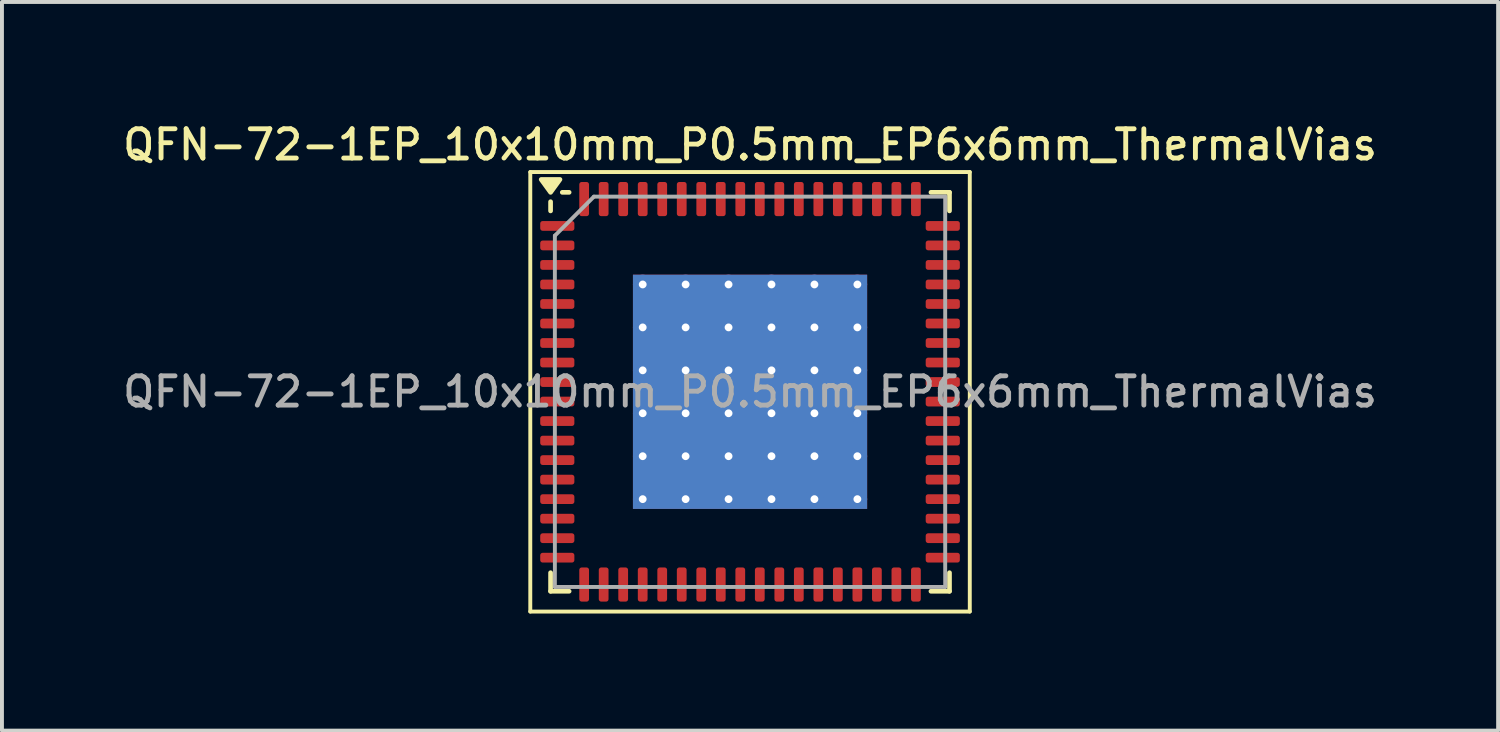
<source format=kicad_pcb>
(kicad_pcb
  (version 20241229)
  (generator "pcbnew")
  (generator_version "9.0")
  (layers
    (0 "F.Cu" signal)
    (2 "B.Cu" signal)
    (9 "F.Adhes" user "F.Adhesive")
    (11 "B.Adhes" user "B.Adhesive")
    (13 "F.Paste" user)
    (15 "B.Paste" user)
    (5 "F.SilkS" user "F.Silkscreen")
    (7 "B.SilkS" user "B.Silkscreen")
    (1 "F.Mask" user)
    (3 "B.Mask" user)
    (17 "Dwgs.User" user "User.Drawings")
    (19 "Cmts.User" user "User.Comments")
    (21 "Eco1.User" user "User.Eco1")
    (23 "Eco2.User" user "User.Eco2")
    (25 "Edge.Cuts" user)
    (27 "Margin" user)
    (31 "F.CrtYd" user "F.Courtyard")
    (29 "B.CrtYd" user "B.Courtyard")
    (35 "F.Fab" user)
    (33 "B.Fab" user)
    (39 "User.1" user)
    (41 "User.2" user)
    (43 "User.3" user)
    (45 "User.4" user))
  (footprint "QFN-72-1EP_10x10mm_P0.5mm_EP6x6mm_ThermalVias"
    (layer "F.Cu")
    (at 16.166 6.988)
    (property "Reference" "QFN-72-1EP_10x10mm_P0.5mm_EP6x6mm_ThermalVias" (at 0 -6.33 0) (layer "F.SilkS") (effects (font (size 0.75 0.75) (thickness 0.125))))
    (attr smd)
    (fp_line (start -5.63 -5.63) (end -5.63 5.63) (stroke (width 0.1) (type solid)) (layer "F.SilkS"))
    (fp_line (start -5.63 5.63) (end 5.63 5.63) (stroke (width 0.1) (type solid)) (layer "F.SilkS"))
    (fp_line (start -5.11 -4.635) (end -5.11 -4.87) (stroke (width 0.12) (type solid)) (layer "F.SilkS"))
    (fp_line (start -5.11 5.11) (end -5.11 4.635) (stroke (width 0.12) (type solid)) (layer "F.SilkS"))
    (fp_line (start -4.635 -5.11) (end -4.81 -5.11) (stroke (width 0.12) (type solid)) (layer "F.SilkS"))
    (fp_line (start -4.635 5.11) (end -5.11 5.11) (stroke (width 0.12) (type solid)) (layer "F.SilkS"))
    (fp_line (start 4.635 -5.11) (end 5.11 -5.11) (stroke (width 0.12) (type solid)) (layer "F.SilkS"))
    (fp_line (start 4.635 5.11) (end 5.11 5.11) (stroke (width 0.12) (type solid)) (layer "F.SilkS"))
    (fp_line (start 5.11 -5.11) (end 5.11 -4.635) (stroke (width 0.12) (type solid)) (layer "F.SilkS"))
    (fp_line (start 5.11 5.11) (end 5.11 4.635) (stroke (width 0.12) (type solid)) (layer "F.SilkS"))
    (fp_line (start 5.63 -5.63) (end -5.63 -5.63) (stroke (width 0.1) (type solid)) (layer "F.SilkS"))
    (fp_line (start 5.63 5.63) (end 5.63 -5.63) (stroke (width 0.1) (type solid)) (layer "F.SilkS"))
    (fp_poly (pts (xy -5.11 -5.11) (xy -5.35 -5.44) (xy -4.87 -5.44) (xy -5.11 -5.11)) (stroke (width 0.12) (type solid)) (fill yes) (layer "F.SilkS"))
    (fp_line (start -5 -4) (end -4 -5) (stroke (width 0.1) (type solid)) (layer "F.Fab"))
    (fp_line (start -5 5) (end -5 -4) (stroke (width 0.1) (type solid)) (layer "F.Fab"))
    (fp_line (start -4 -5) (end 5 -5) (stroke (width 0.1) (type solid)) (layer "F.Fab"))
    (fp_line (start 5 -5) (end 5 5) (stroke (width 0.1) (type solid)) (layer "F.Fab"))
    (fp_line (start 5 5) (end -5 5) (stroke (width 0.1) (type solid)) (layer "F.Fab"))
    (fp_text user "${REFERENCE}" (at 0 0 0) (layer "F.Fab") (effects (font (size 0.75 0.75) (thickness 0.125))))
    (pad "" smd roundrect (at -2.2 -2.2) (size 0.93 0.93) (layers "F.Paste") (roundrect_rratio 0.25))
    (pad "" smd roundrect (at -2.2 -1.1) (size 0.93 0.93) (layers "F.Paste") (roundrect_rratio 0.25))
    (pad "" smd roundrect (at -2.2 0) (size 0.93 0.93) (layers "F.Paste") (roundrect_rratio 0.25))
    (pad "" smd roundrect (at -2.2 1.1) (size 0.93 0.93) (layers "F.Paste") (roundrect_rratio 0.25))
    (pad "" smd roundrect (at -2.2 2.2) (size 0.93 0.93) (layers "F.Paste") (roundrect_rratio 0.25))
    (pad "" smd roundrect (at -1.1 -2.2) (size 0.93 0.93) (layers "F.Paste") (roundrect_rratio 0.25))
    (pad "" smd roundrect (at -1.1 -1.1) (size 0.93 0.93) (layers "F.Paste") (roundrect_rratio 0.25))
    (pad "" smd roundrect (at -1.1 0) (size 0.93 0.93) (layers "F.Paste") (roundrect_rratio 0.25))
    (pad "" smd roundrect (at -1.1 1.1) (size 0.93 0.93) (layers "F.Paste") (roundrect_rratio 0.25))
    (pad "" smd roundrect (at -1.1 2.2) (size 0.93 0.93) (layers "F.Paste") (roundrect_rratio 0.25))
    (pad "" smd roundrect (at 0 -2.2) (size 0.93 0.93) (layers "F.Paste") (roundrect_rratio 0.25))
    (pad "" smd roundrect (at 0 -1.1) (size 0.93 0.93) (layers "F.Paste") (roundrect_rratio 0.25))
    (pad "" smd roundrect (at 0 0) (size 0.93 0.93) (layers "F.Paste") (roundrect_rratio 0.25))
    (pad "" smd roundrect (at 0 1.1) (size 0.93 0.93) (layers "F.Paste") (roundrect_rratio 0.25))
    (pad "" smd roundrect (at 0 2.2) (size 0.93 0.93) (layers "F.Paste") (roundrect_rratio 0.25))
    (pad "" smd roundrect (at 1.1 -2.2) (size 0.93 0.93) (layers "F.Paste") (roundrect_rratio 0.25))
    (pad "" smd roundrect (at 1.1 -1.1) (size 0.93 0.93) (layers "F.Paste") (roundrect_rratio 0.25))
    (pad "" smd roundrect (at 1.1 0) (size 0.93 0.93) (layers "F.Paste") (roundrect_rratio 0.25))
    (pad "" smd roundrect (at 1.1 1.1) (size 0.93 0.93) (layers "F.Paste") (roundrect_rratio 0.25))
    (pad "" smd roundrect (at 1.1 2.2) (size 0.93 0.93) (layers "F.Paste") (roundrect_rratio 0.25))
    (pad "" smd roundrect (at 2.2 -2.2) (size 0.93 0.93) (layers "F.Paste") (roundrect_rratio 0.25))
    (pad "" smd roundrect (at 2.2 -1.1) (size 0.93 0.93) (layers "F.Paste") (roundrect_rratio 0.25))
    (pad "" smd roundrect (at 2.2 0) (size 0.93 0.93) (layers "F.Paste") (roundrect_rratio 0.25))
    (pad "" smd roundrect (at 2.2 1.1) (size 0.93 0.93) (layers "F.Paste") (roundrect_rratio 0.25))
    (pad "" smd roundrect (at 2.2 2.2) (size 0.93 0.93) (layers "F.Paste") (roundrect_rratio 0.25))
    (pad "1" smd roundrect (at -4.938 -4.25) (size 0.875 0.25) (layers "F.Cu" "F.Mask" "F.Paste") (roundrect_rratio 0.25))
    (pad "2" smd roundrect (at -4.938 -3.75) (size 0.875 0.25) (layers "F.Cu" "F.Mask" "F.Paste") (roundrect_rratio 0.25))
    (pad "3" smd roundrect (at -4.938 -3.25) (size 0.875 0.25) (layers "F.Cu" "F.Mask" "F.Paste") (roundrect_rratio 0.25))
    (pad "4" smd roundrect (at -4.938 -2.75) (size 0.875 0.25) (layers "F.Cu" "F.Mask" "F.Paste") (roundrect_rratio 0.25))
    (pad "5" smd roundrect (at -4.938 -2.25) (size 0.875 0.25) (layers "F.Cu" "F.Mask" "F.Paste") (roundrect_rratio 0.25))
    (pad "6" smd roundrect (at -4.938 -1.75) (size 0.875 0.25) (layers "F.Cu" "F.Mask" "F.Paste") (roundrect_rratio 0.25))
    (pad "7" smd roundrect (at -4.938 -1.25) (size 0.875 0.25) (layers "F.Cu" "F.Mask" "F.Paste") (roundrect_rratio 0.25))
    (pad "8" smd roundrect (at -4.938 -0.75) (size 0.875 0.25) (layers "F.Cu" "F.Mask" "F.Paste") (roundrect_rratio 0.25))
    (pad "9" smd roundrect (at -4.938 -0.25) (size 0.875 0.25) (layers "F.Cu" "F.Mask" "F.Paste") (roundrect_rratio 0.25))
    (pad "10" smd roundrect (at -4.938 0.25) (size 0.875 0.25) (layers "F.Cu" "F.Mask" "F.Paste") (roundrect_rratio 0.25))
    (pad "11" smd roundrect (at -4.938 0.75) (size 0.875 0.25) (layers "F.Cu" "F.Mask" "F.Paste") (roundrect_rratio 0.25))
    (pad "12" smd roundrect (at -4.938 1.25) (size 0.875 0.25) (layers "F.Cu" "F.Mask" "F.Paste") (roundrect_rratio 0.25))
    (pad "13" smd roundrect (at -4.938 1.75) (size 0.875 0.25) (layers "F.Cu" "F.Mask" "F.Paste") (roundrect_rratio 0.25))
    (pad "14" smd roundrect (at -4.938 2.25) (size 0.875 0.25) (layers "F.Cu" "F.Mask" "F.Paste") (roundrect_rratio 0.25))
    (pad "15" smd roundrect (at -4.938 2.75) (size 0.875 0.25) (layers "F.Cu" "F.Mask" "F.Paste") (roundrect_rratio 0.25))
    (pad "16" smd roundrect (at -4.938 3.25) (size 0.875 0.25) (layers "F.Cu" "F.Mask" "F.Paste") (roundrect_rratio 0.25))
    (pad "17" smd roundrect (at -4.938 3.75) (size 0.875 0.25) (layers "F.Cu" "F.Mask" "F.Paste") (roundrect_rratio 0.25))
    (pad "18" smd roundrect (at -4.938 4.25) (size 0.875 0.25) (layers "F.Cu" "F.Mask" "F.Paste") (roundrect_rratio 0.25))
    (pad "19" smd roundrect (at -4.25 4.938) (size 0.25 0.875) (layers "F.Cu" "F.Mask" "F.Paste") (roundrect_rratio 0.25))
    (pad "20" smd roundrect (at -3.75 4.938) (size 0.25 0.875) (layers "F.Cu" "F.Mask" "F.Paste") (roundrect_rratio 0.25))
    (pad "21" smd roundrect (at -3.25 4.938) (size 0.25 0.875) (layers "F.Cu" "F.Mask" "F.Paste") (roundrect_rratio 0.25))
    (pad "22" smd roundrect (at -2.75 4.938) (size 0.25 0.875) (layers "F.Cu" "F.Mask" "F.Paste") (roundrect_rratio 0.25))
    (pad "23" smd roundrect (at -2.25 4.938) (size 0.25 0.875) (layers "F.Cu" "F.Mask" "F.Paste") (roundrect_rratio 0.25))
    (pad "24" smd roundrect (at -1.75 4.938) (size 0.25 0.875) (layers "F.Cu" "F.Mask" "F.Paste") (roundrect_rratio 0.25))
    (pad "25" smd roundrect (at -1.25 4.938) (size 0.25 0.875) (layers "F.Cu" "F.Mask" "F.Paste") (roundrect_rratio 0.25))
    (pad "26" smd roundrect (at -0.75 4.938) (size 0.25 0.875) (layers "F.Cu" "F.Mask" "F.Paste") (roundrect_rratio 0.25))
    (pad "27" smd roundrect (at -0.25 4.938) (size 0.25 0.875) (layers "F.Cu" "F.Mask" "F.Paste") (roundrect_rratio 0.25))
    (pad "28" smd roundrect (at 0.25 4.938) (size 0.25 0.875) (layers "F.Cu" "F.Mask" "F.Paste") (roundrect_rratio 0.25))
    (pad "29" smd roundrect (at 0.75 4.938) (size 0.25 0.875) (layers "F.Cu" "F.Mask" "F.Paste") (roundrect_rratio 0.25))
    (pad "30" smd roundrect (at 1.25 4.938) (size 0.25 0.875) (layers "F.Cu" "F.Mask" "F.Paste") (roundrect_rratio 0.25))
    (pad "31" smd roundrect (at 1.75 4.938) (size 0.25 0.875) (layers "F.Cu" "F.Mask" "F.Paste") (roundrect_rratio 0.25))
    (pad "32" smd roundrect (at 2.25 4.938) (size 0.25 0.875) (layers "F.Cu" "F.Mask" "F.Paste") (roundrect_rratio 0.25))
    (pad "33" smd roundrect (at 2.75 4.938) (size 0.25 0.875) (layers "F.Cu" "F.Mask" "F.Paste") (roundrect_rratio 0.25))
    (pad "34" smd roundrect (at 3.25 4.938) (size 0.25 0.875) (layers "F.Cu" "F.Mask" "F.Paste") (roundrect_rratio 0.25))
    (pad "35" smd roundrect (at 3.75 4.938) (size 0.25 0.875) (layers "F.Cu" "F.Mask" "F.Paste") (roundrect_rratio 0.25))
    (pad "36" smd roundrect (at 4.25 4.938) (size 0.25 0.875) (layers "F.Cu" "F.Mask" "F.Paste") (roundrect_rratio 0.25))
    (pad "37" smd roundrect (at 4.938 4.25) (size 0.875 0.25) (layers "F.Cu" "F.Mask" "F.Paste") (roundrect_rratio 0.25))
    (pad "38" smd roundrect (at 4.938 3.75) (size 0.875 0.25) (layers "F.Cu" "F.Mask" "F.Paste") (roundrect_rratio 0.25))
    (pad "39" smd roundrect (at 4.938 3.25) (size 0.875 0.25) (layers "F.Cu" "F.Mask" "F.Paste") (roundrect_rratio 0.25))
    (pad "40" smd roundrect (at 4.938 2.75) (size 0.875 0.25) (layers "F.Cu" "F.Mask" "F.Paste") (roundrect_rratio 0.25))
    (pad "41" smd roundrect (at 4.938 2.25) (size 0.875 0.25) (layers "F.Cu" "F.Mask" "F.Paste") (roundrect_rratio 0.25))
    (pad "42" smd roundrect (at 4.938 1.75) (size 0.875 0.25) (layers "F.Cu" "F.Mask" "F.Paste") (roundrect_rratio 0.25))
    (pad "43" smd roundrect (at 4.938 1.25) (size 0.875 0.25) (layers "F.Cu" "F.Mask" "F.Paste") (roundrect_rratio 0.25))
    (pad "44" smd roundrect (at 4.938 0.75) (size 0.875 0.25) (layers "F.Cu" "F.Mask" "F.Paste") (roundrect_rratio 0.25))
    (pad "45" smd roundrect (at 4.938 0.25) (size 0.875 0.25) (layers "F.Cu" "F.Mask" "F.Paste") (roundrect_rratio 0.25))
    (pad "46" smd roundrect (at 4.938 -0.25) (size 0.875 0.25) (layers "F.Cu" "F.Mask" "F.Paste") (roundrect_rratio 0.25))
    (pad "47" smd roundrect (at 4.938 -0.75) (size 0.875 0.25) (layers "F.Cu" "F.Mask" "F.Paste") (roundrect_rratio 0.25))
    (pad "48" smd roundrect (at 4.938 -1.25) (size 0.875 0.25) (layers "F.Cu" "F.Mask" "F.Paste") (roundrect_rratio 0.25))
    (pad "49" smd roundrect (at 4.938 -1.75) (size 0.875 0.25) (layers "F.Cu" "F.Mask" "F.Paste") (roundrect_rratio 0.25))
    (pad "50" smd roundrect (at 4.938 -2.25) (size 0.875 0.25) (layers "F.Cu" "F.Mask" "F.Paste") (roundrect_rratio 0.25))
    (pad "51" smd roundrect (at 4.938 -2.75) (size 0.875 0.25) (layers "F.Cu" "F.Mask" "F.Paste") (roundrect_rratio 0.25))
    (pad "52" smd roundrect (at 4.938 -3.25) (size 0.875 0.25) (layers "F.Cu" "F.Mask" "F.Paste") (roundrect_rratio 0.25))
    (pad "53" smd roundrect (at 4.938 -3.75) (size 0.875 0.25) (layers "F.Cu" "F.Mask" "F.Paste") (roundrect_rratio 0.25))
    (pad "54" smd roundrect (at 4.938 -4.25) (size 0.875 0.25) (layers "F.Cu" "F.Mask" "F.Paste") (roundrect_rratio 0.25))
    (pad "55" smd roundrect (at 4.25 -4.938) (size 0.25 0.875) (layers "F.Cu" "F.Mask" "F.Paste") (roundrect_rratio 0.25))
    (pad "56" smd roundrect (at 3.75 -4.938) (size 0.25 0.875) (layers "F.Cu" "F.Mask" "F.Paste") (roundrect_rratio 0.25))
    (pad "57" smd roundrect (at 3.25 -4.938) (size 0.25 0.875) (layers "F.Cu" "F.Mask" "F.Paste") (roundrect_rratio 0.25))
    (pad "58" smd roundrect (at 2.75 -4.938) (size 0.25 0.875) (layers "F.Cu" "F.Mask" "F.Paste") (roundrect_rratio 0.25))
    (pad "59" smd roundrect (at 2.25 -4.938) (size 0.25 0.875) (layers "F.Cu" "F.Mask" "F.Paste") (roundrect_rratio 0.25))
    (pad "60" smd roundrect (at 1.75 -4.938) (size 0.25 0.875) (layers "F.Cu" "F.Mask" "F.Paste") (roundrect_rratio 0.25))
    (pad "61" smd roundrect (at 1.25 -4.938) (size 0.25 0.875) (layers "F.Cu" "F.Mask" "F.Paste") (roundrect_rratio 0.25))
    (pad "62" smd roundrect (at 0.75 -4.938) (size 0.25 0.875) (layers "F.Cu" "F.Mask" "F.Paste") (roundrect_rratio 0.25))
    (pad "63" smd roundrect (at 0.25 -4.938) (size 0.25 0.875) (layers "F.Cu" "F.Mask" "F.Paste") (roundrect_rratio 0.25))
    (pad "64" smd roundrect (at -0.25 -4.938) (size 0.25 0.875) (layers "F.Cu" "F.Mask" "F.Paste") (roundrect_rratio 0.25))
    (pad "65" smd roundrect (at -0.75 -4.938) (size 0.25 0.875) (layers "F.Cu" "F.Mask" "F.Paste") (roundrect_rratio 0.25))
    (pad "66" smd roundrect (at -1.25 -4.938) (size 0.25 0.875) (layers "F.Cu" "F.Mask" "F.Paste") (roundrect_rratio 0.25))
    (pad "67" smd roundrect (at -1.75 -4.938) (size 0.25 0.875) (layers "F.Cu" "F.Mask" "F.Paste") (roundrect_rratio 0.25))
    (pad "68" smd roundrect (at -2.25 -4.938) (size 0.25 0.875) (layers "F.Cu" "F.Mask" "F.Paste") (roundrect_rratio 0.25))
    (pad "69" smd roundrect (at -2.75 -4.938) (size 0.25 0.875) (layers "F.Cu" "F.Mask" "F.Paste") (roundrect_rratio 0.25))
    (pad "70" smd roundrect (at -3.25 -4.938) (size 0.25 0.875) (layers "F.Cu" "F.Mask" "F.Paste") (roundrect_rratio 0.25))
    (pad "71" smd roundrect (at -3.75 -4.938) (size 0.25 0.875) (layers "F.Cu" "F.Mask" "F.Paste") (roundrect_rratio 0.25))
    (pad "72" smd roundrect (at -4.25 -4.938) (size 0.25 0.875) (layers "F.Cu" "F.Mask" "F.Paste") (roundrect_rratio 0.25))
    (pad "73" thru_hole circle (at -2.75 -2.75) (size 0.5 0.5) (drill 0.2) (property pad_prop_heatsink) (layers "*.Cu"))
    (pad "73" thru_hole circle (at -2.75 -1.65) (size 0.5 0.5) (drill 0.2) (property pad_prop_heatsink) (layers "*.Cu"))
    (pad "73" thru_hole circle (at -2.75 -0.55) (size 0.5 0.5) (drill 0.2) (property pad_prop_heatsink) (layers "*.Cu"))
    (pad "73" thru_hole circle (at -2.75 0.55) (size 0.5 0.5) (drill 0.2) (property pad_prop_heatsink) (layers "*.Cu"))
    (pad "73" thru_hole circle (at -2.75 1.65) (size 0.5 0.5) (drill 0.2) (property pad_prop_heatsink) (layers "*.Cu"))
    (pad "73" thru_hole circle (at -2.75 2.75) (size 0.5 0.5) (drill 0.2) (property pad_prop_heatsink) (layers "*.Cu"))
    (pad "73" thru_hole circle (at -1.65 -2.75) (size 0.5 0.5) (drill 0.2) (property pad_prop_heatsink) (layers "*.Cu"))
    (pad "73" thru_hole circle (at -1.65 -1.65) (size 0.5 0.5) (drill 0.2) (property pad_prop_heatsink) (layers "*.Cu"))
    (pad "73" thru_hole circle (at -1.65 -0.55) (size 0.5 0.5) (drill 0.2) (property pad_prop_heatsink) (layers "*.Cu"))
    (pad "73" thru_hole circle (at -1.65 0.55) (size 0.5 0.5) (drill 0.2) (property pad_prop_heatsink) (layers "*.Cu"))
    (pad "73" thru_hole circle (at -1.65 1.65) (size 0.5 0.5) (drill 0.2) (property pad_prop_heatsink) (layers "*.Cu"))
    (pad "73" thru_hole circle (at -1.65 2.75) (size 0.5 0.5) (drill 0.2) (property pad_prop_heatsink) (layers "*.Cu"))
    (pad "73" thru_hole circle (at -0.55 -2.75) (size 0.5 0.5) (drill 0.2) (property pad_prop_heatsink) (layers "*.Cu"))
    (pad "73" thru_hole circle (at -0.55 -1.65) (size 0.5 0.5) (drill 0.2) (property pad_prop_heatsink) (layers "*.Cu"))
    (pad "73" thru_hole circle (at -0.55 -0.55) (size 0.5 0.5) (drill 0.2) (property pad_prop_heatsink) (layers "*.Cu"))
    (pad "73" thru_hole circle (at -0.55 0.55) (size 0.5 0.5) (drill 0.2) (property pad_prop_heatsink) (layers "*.Cu"))
    (pad "73" thru_hole circle (at -0.55 1.65) (size 0.5 0.5) (drill 0.2) (property pad_prop_heatsink) (layers "*.Cu"))
    (pad "73" thru_hole circle (at -0.55 2.75) (size 0.5 0.5) (drill 0.2) (property pad_prop_heatsink) (layers "*.Cu"))
    (pad "73" smd rect (at 0 0) (size 6 6) (property pad_prop_heatsink) (layers "F.Cu" "F.Mask"))
    (pad "73" smd rect (at 0 0) (size 6 6) (property pad_prop_heatsink) (layers "B.Cu"))
    (pad "73" thru_hole circle (at 0.55 -2.75) (size 0.5 0.5) (drill 0.2) (property pad_prop_heatsink) (layers "*.Cu"))
    (pad "73" thru_hole circle (at 0.55 -1.65) (size 0.5 0.5) (drill 0.2) (property pad_prop_heatsink) (layers "*.Cu"))
    (pad "73" thru_hole circle (at 0.55 -0.55) (size 0.5 0.5) (drill 0.2) (property pad_prop_heatsink) (layers "*.Cu"))
    (pad "73" thru_hole circle (at 0.55 0.55) (size 0.5 0.5) (drill 0.2) (property pad_prop_heatsink) (layers "*.Cu"))
    (pad "73" thru_hole circle (at 0.55 1.65) (size 0.5 0.5) (drill 0.2) (property pad_prop_heatsink) (layers "*.Cu"))
    (pad "73" thru_hole circle (at 0.55 2.75) (size 0.5 0.5) (drill 0.2) (property pad_prop_heatsink) (layers "*.Cu"))
    (pad "73" thru_hole circle (at 1.65 -2.75) (size 0.5 0.5) (drill 0.2) (property pad_prop_heatsink) (layers "*.Cu"))
    (pad "73" thru_hole circle (at 1.65 -1.65) (size 0.5 0.5) (drill 0.2) (property pad_prop_heatsink) (layers "*.Cu"))
    (pad "73" thru_hole circle (at 1.65 -0.55) (size 0.5 0.5) (drill 0.2) (property pad_prop_heatsink) (layers "*.Cu"))
    (pad "73" thru_hole circle (at 1.65 0.55) (size 0.5 0.5) (drill 0.2) (property pad_prop_heatsink) (layers "*.Cu"))
    (pad "73" thru_hole circle (at 1.65 1.65) (size 0.5 0.5) (drill 0.2) (property pad_prop_heatsink) (layers "*.Cu"))
    (pad "73" thru_hole circle (at 1.65 2.75) (size 0.5 0.5) (drill 0.2) (property pad_prop_heatsink) (layers "*.Cu"))
    (pad "73" thru_hole circle (at 2.75 -2.75) (size 0.5 0.5) (drill 0.2) (property pad_prop_heatsink) (layers "*.Cu"))
    (pad "73" thru_hole circle (at 2.75 -1.65) (size 0.5 0.5) (drill 0.2) (property pad_prop_heatsink) (layers "*.Cu"))
    (pad "73" thru_hole circle (at 2.75 -0.55) (size 0.5 0.5) (drill 0.2) (property pad_prop_heatsink) (layers "*.Cu"))
    (pad "73" thru_hole circle (at 2.75 0.55) (size 0.5 0.5) (drill 0.2) (property pad_prop_heatsink) (layers "*.Cu"))
    (pad "73" thru_hole circle (at 2.75 1.65) (size 0.5 0.5) (drill 0.2) (property pad_prop_heatsink) (layers "*.Cu"))
    (pad "73" thru_hole circle (at 2.75 2.75) (size 0.5 0.5) (drill 0.2) (property pad_prop_heatsink) (layers "*.Cu")))
  (gr_rect
    (start -3 -3)
    (end 35.332 15.668)
    (stroke (width 0.1) (type default))
    (fill no)
    (layer "Edge.Cuts")))
</source>
